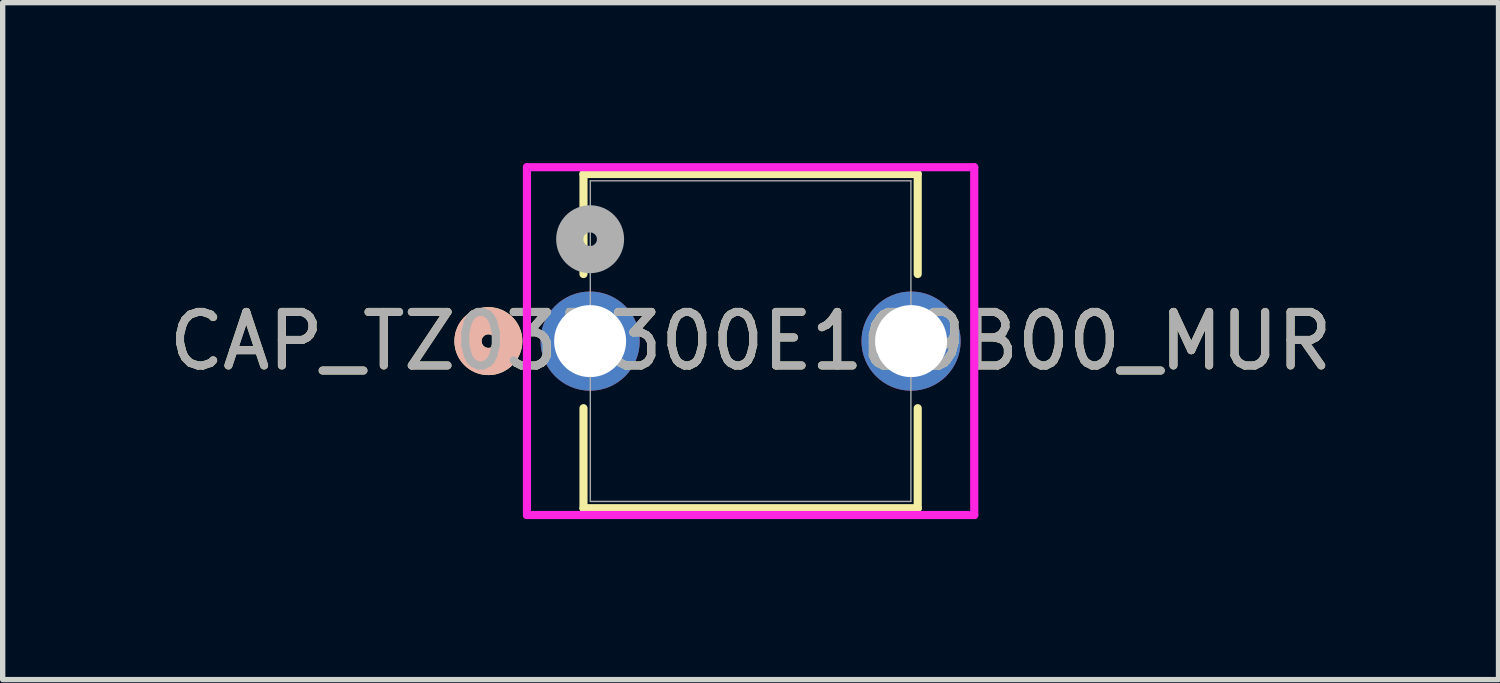
<source format=kicad_pcb>
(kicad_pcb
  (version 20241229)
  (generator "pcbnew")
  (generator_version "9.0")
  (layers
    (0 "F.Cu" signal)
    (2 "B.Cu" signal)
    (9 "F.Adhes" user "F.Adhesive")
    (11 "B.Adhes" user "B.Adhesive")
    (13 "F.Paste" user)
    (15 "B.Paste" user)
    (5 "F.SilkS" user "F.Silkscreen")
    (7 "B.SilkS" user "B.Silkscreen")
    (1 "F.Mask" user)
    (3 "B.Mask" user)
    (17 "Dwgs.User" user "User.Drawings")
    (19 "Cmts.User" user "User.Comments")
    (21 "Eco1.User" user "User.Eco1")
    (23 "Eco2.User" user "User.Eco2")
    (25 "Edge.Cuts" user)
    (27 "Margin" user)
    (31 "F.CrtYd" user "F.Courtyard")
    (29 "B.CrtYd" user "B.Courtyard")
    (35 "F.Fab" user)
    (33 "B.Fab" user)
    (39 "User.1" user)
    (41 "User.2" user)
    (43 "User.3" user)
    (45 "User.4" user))
  (footprint "CAP_TZ03R300E169B00_MUR"
    (layer "F.Cu")
    (at 7.982 3.327)
    (property "Reference" "CAP_TZ03R300E169B00_MUR" (at 3 0 0) (unlocked yes) (layer "F.SilkS") (effects (font (size 1 1) (thickness 0.15))))
    (attr through_hole)
    (fp_line (start -0.124 -3.124) (end -0.124 -1.254) (stroke (width 0.152) (type solid)) (layer "F.SilkS"))
    (fp_line (start -0.124 1.254) (end -0.124 3.124) (stroke (width 0.152) (type solid)) (layer "F.SilkS"))
    (fp_line (start -0.124 3.124) (end 6.124 3.124) (stroke (width 0.152) (type solid)) (layer "F.SilkS"))
    (fp_line (start 6.124 -3.124) (end -0.124 -3.124) (stroke (width 0.152) (type solid)) (layer "F.SilkS"))
    (fp_line (start 6.124 -1.254) (end 6.124 -3.124) (stroke (width 0.152) (type solid)) (layer "F.SilkS"))
    (fp_line (start 6.124 3.124) (end 6.124 1.254) (stroke (width 0.152) (type solid)) (layer "F.SilkS"))
    (fp_circle (center -1.902 0) (end -1.521 0) (stroke (width 0.508) (type solid)) (fill no) (layer "F.SilkS"))
    (fp_circle (center -1.902 0) (end -1.521 0) (stroke (width 0.508) (type solid)) (fill no) (layer "B.SilkS"))
    (fp_line (start -1.181 -3.251) (end -1.181 3.251) (stroke (width 0.152) (type solid)) (layer "F.CrtYd"))
    (fp_line (start -1.181 3.251) (end 7.181 3.251) (stroke (width 0.152) (type solid)) (layer "F.CrtYd"))
    (fp_line (start 7.181 -3.251) (end -1.181 -3.251) (stroke (width 0.152) (type solid)) (layer "F.CrtYd"))
    (fp_line (start 7.181 3.251) (end 7.181 -3.251) (stroke (width 0.152) (type solid)) (layer "F.CrtYd"))
    (fp_line (start 0.003 -2.997) (end 0.003 2.997) (stroke (width 0.025) (type solid)) (layer "F.Fab"))
    (fp_line (start 0.003 2.997) (end 5.997 2.997) (stroke (width 0.025) (type solid)) (layer "F.Fab"))
    (fp_line (start 5.997 -2.997) (end 0.003 -2.997) (stroke (width 0.025) (type solid)) (layer "F.Fab"))
    (fp_line (start 5.997 2.997) (end 5.997 -2.997) (stroke (width 0.025) (type solid)) (layer "F.Fab"))
    (fp_circle (center 0 -1.905) (end 0.381 -1.905) (stroke (width 0.508) (type solid)) (fill no) (layer "F.Fab"))
    (fp_text user "${REFERENCE}" (at 3 0 0) (unlocked yes) (layer "F.Fab") (effects (font (size 1 1) (thickness 0.15))))
    (pad "1" thru_hole circle (at 0 0) (size 1.854 1.854) (drill 1.346) (layers "*.Cu" "*.Mask"))
    (pad "2" thru_hole circle (at 6 0) (size 1.854 1.854) (drill 1.346) (layers "*.Cu" "*.Mask")))
  (gr_rect
    (start -3 -3)
    (end 24.964 9.655)
    (stroke (width 0.1) (type default))
    (fill no)
    (layer "Edge.Cuts")))
</source>
